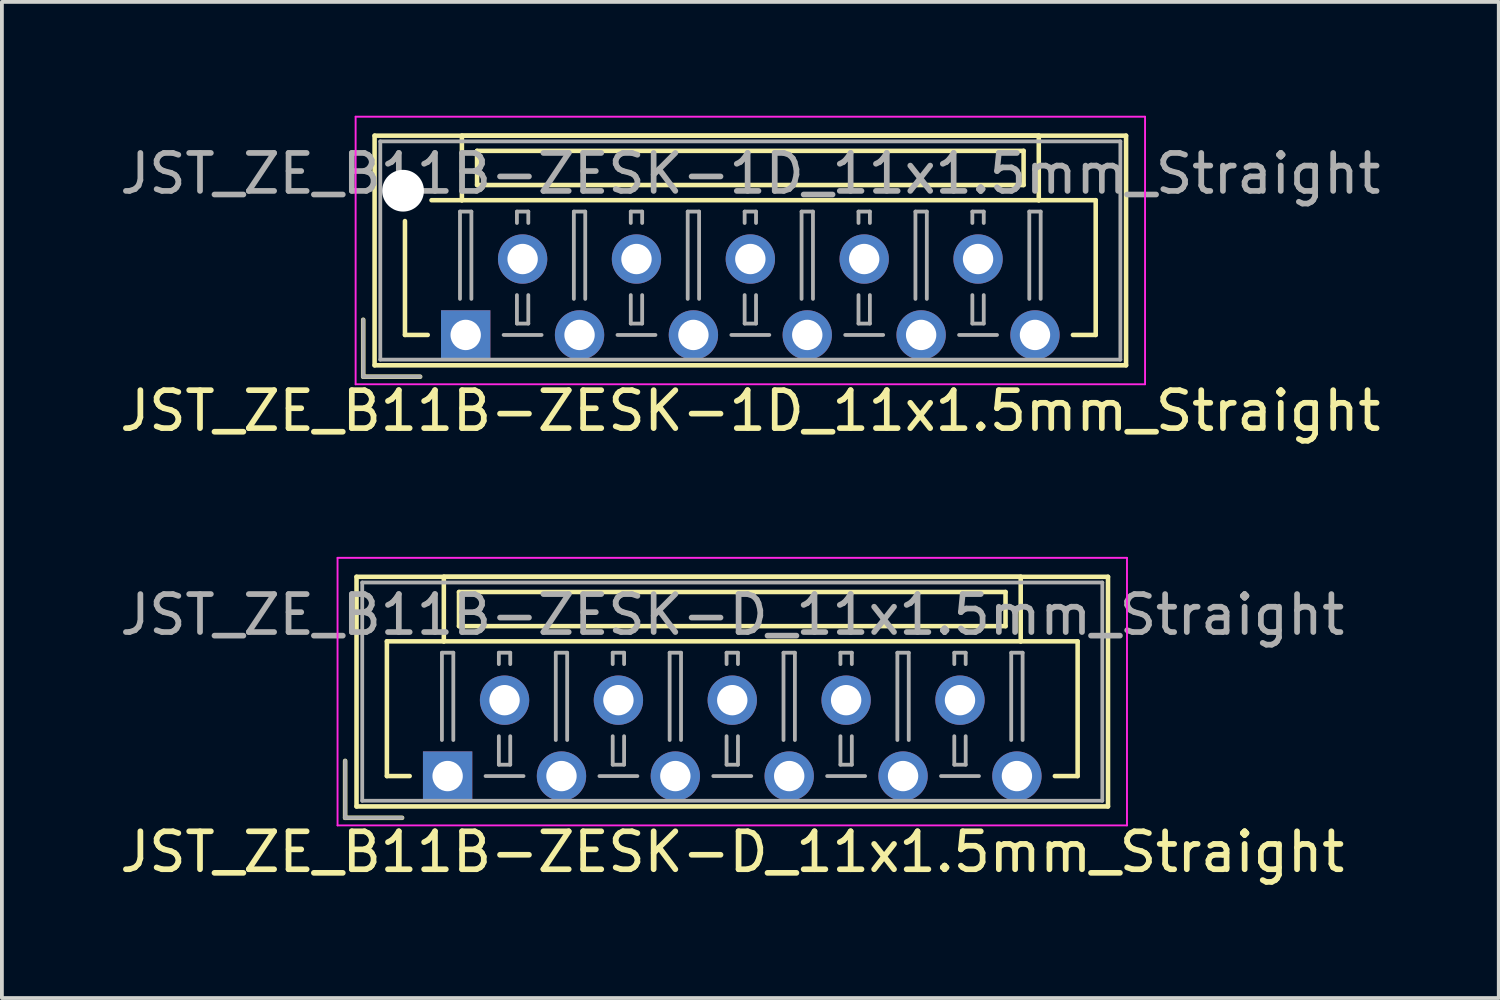
<source format=kicad_pcb>
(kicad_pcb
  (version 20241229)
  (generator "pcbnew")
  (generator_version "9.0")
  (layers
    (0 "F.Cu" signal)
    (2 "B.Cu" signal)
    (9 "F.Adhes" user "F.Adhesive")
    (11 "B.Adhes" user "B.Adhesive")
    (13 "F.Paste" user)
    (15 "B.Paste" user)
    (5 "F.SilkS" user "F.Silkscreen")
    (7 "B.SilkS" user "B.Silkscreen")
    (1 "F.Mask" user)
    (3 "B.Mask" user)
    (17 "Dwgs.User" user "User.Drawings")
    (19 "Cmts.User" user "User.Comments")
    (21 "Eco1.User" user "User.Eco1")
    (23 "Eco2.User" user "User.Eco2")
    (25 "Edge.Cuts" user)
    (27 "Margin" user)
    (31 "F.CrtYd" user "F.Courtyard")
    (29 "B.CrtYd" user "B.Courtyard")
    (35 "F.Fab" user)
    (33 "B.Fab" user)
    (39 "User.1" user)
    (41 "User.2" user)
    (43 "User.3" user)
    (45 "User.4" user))
  (footprint "JST_ZE_B11B-ZESK-D_11x1.5mm_Straight"
    (layer "F.Cu")
    (at 8.744 17.398)
    (property "Reference" "JST_ZE_B11B-ZESK-D_11x1.5mm_Straight" (at 7.5 2 0) (layer "F.SilkS") (effects (font (size 1 1) (thickness 0.15))))
    (attr through_hole)
    (fp_line (start -2.7 -0.4) (end -2.7 1.1) (stroke (width 0.12) (type solid)) (layer "F.SilkS"))
    (fp_line (start -2.7 1.1) (end -1.2 1.1) (stroke (width 0.12) (type solid)) (layer "F.SilkS"))
    (fp_line (start -2.4 -5.25) (end -2.4 0.8) (stroke (width 0.12) (type solid)) (layer "F.SilkS"))
    (fp_line (start -2.4 0.8) (end 17.4 0.8) (stroke (width 0.12) (type solid)) (layer "F.SilkS"))
    (fp_line (start -1.6 -3.55) (end -1.6 0) (stroke (width 0.12) (type solid)) (layer "F.SilkS"))
    (fp_line (start -1.6 0) (end -1 0) (stroke (width 0.12) (type solid)) (layer "F.SilkS"))
    (fp_line (start -0.1 -5.25) (end -0.1 -3.55) (stroke (width 0.12) (type solid)) (layer "F.SilkS"))
    (fp_line (start -0.1 -3.55) (end -1.6 -3.55) (stroke (width 0.12) (type solid)) (layer "F.SilkS"))
    (fp_line (start -0.1 -3.55) (end 15.1 -3.55) (stroke (width 0.12) (type solid)) (layer "F.SilkS"))
    (fp_line (start 0.3 -4.85) (end 0.3 -3.95) (stroke (width 0.12) (type solid)) (layer "F.SilkS"))
    (fp_line (start 0.3 -3.95) (end 14.7 -3.95) (stroke (width 0.12) (type solid)) (layer "F.SilkS"))
    (fp_line (start 14.7 -4.85) (end 0.3 -4.85) (stroke (width 0.12) (type solid)) (layer "F.SilkS"))
    (fp_line (start 14.7 -3.95) (end 14.7 -4.85) (stroke (width 0.12) (type solid)) (layer "F.SilkS"))
    (fp_line (start 15.1 -5.25) (end -0.1 -5.25) (stroke (width 0.12) (type solid)) (layer "F.SilkS"))
    (fp_line (start 15.1 -3.55) (end 15.1 -5.25) (stroke (width 0.12) (type solid)) (layer "F.SilkS"))
    (fp_line (start 15.1 -3.55) (end 16.6 -3.55) (stroke (width 0.12) (type solid)) (layer "F.SilkS"))
    (fp_line (start 16.6 -3.55) (end 16.6 0) (stroke (width 0.12) (type solid)) (layer "F.SilkS"))
    (fp_line (start 16.6 0) (end 16 0) (stroke (width 0.12) (type solid)) (layer "F.SilkS"))
    (fp_line (start 17.4 -5.25) (end -2.4 -5.25) (stroke (width 0.12) (type solid)) (layer "F.SilkS"))
    (fp_line (start 17.4 0.8) (end 17.4 -5.25) (stroke (width 0.12) (type solid)) (layer "F.SilkS"))
    (fp_line (start -2.9 -5.75) (end -2.9 1.3) (stroke (width 0.05) (type solid)) (layer "F.CrtYd"))
    (fp_line (start -2.9 1.3) (end 17.9 1.3) (stroke (width 0.05) (type solid)) (layer "F.CrtYd"))
    (fp_line (start 17.9 -5.75) (end -2.9 -5.75) (stroke (width 0.05) (type solid)) (layer "F.CrtYd"))
    (fp_line (start 17.9 1.3) (end 17.9 -5.75) (stroke (width 0.05) (type solid)) (layer "F.CrtYd"))
    (fp_line (start -2.7 -0.4) (end -2.7 1.1) (stroke (width 0.1) (type solid)) (layer "F.Fab"))
    (fp_line (start -2.7 1.1) (end -1.2 1.1) (stroke (width 0.1) (type solid)) (layer "F.Fab"))
    (fp_line (start -2.25 -5.1) (end -2.25 0.65) (stroke (width 0.1) (type solid)) (layer "F.Fab"))
    (fp_line (start -2.25 0.65) (end 17.25 0.65) (stroke (width 0.1) (type solid)) (layer "F.Fab"))
    (fp_line (start -0.15 -3.25) (end 0.15 -3.25) (stroke (width 0.1) (type solid)) (layer "F.Fab"))
    (fp_line (start -0.15 -0.95) (end -0.15 -3.25) (stroke (width 0.1) (type solid)) (layer "F.Fab"))
    (fp_line (start 0.15 -3.25) (end 0.15 -0.95) (stroke (width 0.1) (type solid)) (layer "F.Fab"))
    (fp_line (start 1 0) (end 2 0) (stroke (width 0.1) (type solid)) (layer "F.Fab"))
    (fp_line (start 1.35 -3.25) (end 1.65 -3.25) (stroke (width 0.1) (type solid)) (layer "F.Fab"))
    (fp_line (start 1.35 -2.95) (end 1.35 -3.25) (stroke (width 0.1) (type solid)) (layer "F.Fab"))
    (fp_line (start 1.35 -1.05) (end 1.35 -0.3) (stroke (width 0.1) (type solid)) (layer "F.Fab"))
    (fp_line (start 1.35 -0.3) (end 1.65 -0.3) (stroke (width 0.1) (type solid)) (layer "F.Fab"))
    (fp_line (start 1.65 -3.25) (end 1.65 -2.95) (stroke (width 0.1) (type solid)) (layer "F.Fab"))
    (fp_line (start 1.65 -0.3) (end 1.65 -1.05) (stroke (width 0.1) (type solid)) (layer "F.Fab"))
    (fp_line (start 2.85 -3.25) (end 3.15 -3.25) (stroke (width 0.1) (type solid)) (layer "F.Fab"))
    (fp_line (start 2.85 -0.95) (end 2.85 -3.25) (stroke (width 0.1) (type solid)) (layer "F.Fab"))
    (fp_line (start 3.15 -3.25) (end 3.15 -0.95) (stroke (width 0.1) (type solid)) (layer "F.Fab"))
    (fp_line (start 4 0) (end 5 0) (stroke (width 0.1) (type solid)) (layer "F.Fab"))
    (fp_line (start 4.35 -3.25) (end 4.65 -3.25) (stroke (width 0.1) (type solid)) (layer "F.Fab"))
    (fp_line (start 4.35 -2.95) (end 4.35 -3.25) (stroke (width 0.1) (type solid)) (layer "F.Fab"))
    (fp_line (start 4.35 -1.05) (end 4.35 -0.3) (stroke (width 0.1) (type solid)) (layer "F.Fab"))
    (fp_line (start 4.35 -0.3) (end 4.65 -0.3) (stroke (width 0.1) (type solid)) (layer "F.Fab"))
    (fp_line (start 4.65 -3.25) (end 4.65 -2.95) (stroke (width 0.1) (type solid)) (layer "F.Fab"))
    (fp_line (start 4.65 -0.3) (end 4.65 -1.05) (stroke (width 0.1) (type solid)) (layer "F.Fab"))
    (fp_line (start 5.85 -3.25) (end 6.15 -3.25) (stroke (width 0.1) (type solid)) (layer "F.Fab"))
    (fp_line (start 5.85 -0.95) (end 5.85 -3.25) (stroke (width 0.1) (type solid)) (layer "F.Fab"))
    (fp_line (start 6.15 -3.25) (end 6.15 -0.95) (stroke (width 0.1) (type solid)) (layer "F.Fab"))
    (fp_line (start 7 0) (end 8 0) (stroke (width 0.1) (type solid)) (layer "F.Fab"))
    (fp_line (start 7.35 -3.25) (end 7.65 -3.25) (stroke (width 0.1) (type solid)) (layer "F.Fab"))
    (fp_line (start 7.35 -2.95) (end 7.35 -3.25) (stroke (width 0.1) (type solid)) (layer "F.Fab"))
    (fp_line (start 7.35 -1.05) (end 7.35 -0.3) (stroke (width 0.1) (type solid)) (layer "F.Fab"))
    (fp_line (start 7.35 -0.3) (end 7.65 -0.3) (stroke (width 0.1) (type solid)) (layer "F.Fab"))
    (fp_line (start 7.65 -3.25) (end 7.65 -2.95) (stroke (width 0.1) (type solid)) (layer "F.Fab"))
    (fp_line (start 7.65 -0.3) (end 7.65 -1.05) (stroke (width 0.1) (type solid)) (layer "F.Fab"))
    (fp_line (start 8.85 -3.25) (end 9.15 -3.25) (stroke (width 0.1) (type solid)) (layer "F.Fab"))
    (fp_line (start 8.85 -0.95) (end 8.85 -3.25) (stroke (width 0.1) (type solid)) (layer "F.Fab"))
    (fp_line (start 9.15 -3.25) (end 9.15 -0.95) (stroke (width 0.1) (type solid)) (layer "F.Fab"))
    (fp_line (start 10 0) (end 11 0) (stroke (width 0.1) (type solid)) (layer "F.Fab"))
    (fp_line (start 10.35 -3.25) (end 10.65 -3.25) (stroke (width 0.1) (type solid)) (layer "F.Fab"))
    (fp_line (start 10.35 -2.95) (end 10.35 -3.25) (stroke (width 0.1) (type solid)) (layer "F.Fab"))
    (fp_line (start 10.35 -1.05) (end 10.35 -0.3) (stroke (width 0.1) (type solid)) (layer "F.Fab"))
    (fp_line (start 10.35 -0.3) (end 10.65 -0.3) (stroke (width 0.1) (type solid)) (layer "F.Fab"))
    (fp_line (start 10.65 -3.25) (end 10.65 -2.95) (stroke (width 0.1) (type solid)) (layer "F.Fab"))
    (fp_line (start 10.65 -0.3) (end 10.65 -1.05) (stroke (width 0.1) (type solid)) (layer "F.Fab"))
    (fp_line (start 11.85 -3.25) (end 12.15 -3.25) (stroke (width 0.1) (type solid)) (layer "F.Fab"))
    (fp_line (start 11.85 -0.95) (end 11.85 -3.25) (stroke (width 0.1) (type solid)) (layer "F.Fab"))
    (fp_line (start 12.15 -3.25) (end 12.15 -0.95) (stroke (width 0.1) (type solid)) (layer "F.Fab"))
    (fp_line (start 13 0) (end 14 0) (stroke (width 0.1) (type solid)) (layer "F.Fab"))
    (fp_line (start 13.35 -3.25) (end 13.65 -3.25) (stroke (width 0.1) (type solid)) (layer "F.Fab"))
    (fp_line (start 13.35 -2.95) (end 13.35 -3.25) (stroke (width 0.1) (type solid)) (layer "F.Fab"))
    (fp_line (start 13.35 -1.05) (end 13.35 -0.3) (stroke (width 0.1) (type solid)) (layer "F.Fab"))
    (fp_line (start 13.35 -0.3) (end 13.65 -0.3) (stroke (width 0.1) (type solid)) (layer "F.Fab"))
    (fp_line (start 13.65 -3.25) (end 13.65 -2.95) (stroke (width 0.1) (type solid)) (layer "F.Fab"))
    (fp_line (start 13.65 -0.3) (end 13.65 -1.05) (stroke (width 0.1) (type solid)) (layer "F.Fab"))
    (fp_line (start 14.85 -3.25) (end 15.15 -3.25) (stroke (width 0.1) (type solid)) (layer "F.Fab"))
    (fp_line (start 14.85 -0.95) (end 14.85 -3.25) (stroke (width 0.1) (type solid)) (layer "F.Fab"))
    (fp_line (start 15.15 -3.25) (end 15.15 -0.95) (stroke (width 0.1) (type solid)) (layer "F.Fab"))
    (fp_line (start 17.25 -5.1) (end -2.25 -5.1) (stroke (width 0.1) (type solid)) (layer "F.Fab"))
    (fp_line (start 17.25 0.65) (end 17.25 -5.1) (stroke (width 0.1) (type solid)) (layer "F.Fab"))
    (fp_text user "${REFERENCE}" (at 7.5 -4.25 0) (layer "F.Fab") (effects (font (size 1 1) (thickness 0.15))))
    (pad "1" thru_hole rect (at 0 0) (size 1.3 1.3) (drill 0.8) (layers "*.Cu" "*.Mask"))
    (pad "2" thru_hole circle (at 1.5 -2) (size 1.3 1.3) (drill 0.8) (layers "*.Cu" "*.Mask"))
    (pad "3" thru_hole circle (at 3 0) (size 1.3 1.3) (drill 0.8) (layers "*.Cu" "*.Mask"))
    (pad "4" thru_hole circle (at 4.5 -2) (size 1.3 1.3) (drill 0.8) (layers "*.Cu" "*.Mask"))
    (pad "5" thru_hole circle (at 6 0) (size 1.3 1.3) (drill 0.8) (layers "*.Cu" "*.Mask"))
    (pad "6" thru_hole circle (at 7.5 -2) (size 1.3 1.3) (drill 0.8) (layers "*.Cu" "*.Mask"))
    (pad "7" thru_hole circle (at 9 0) (size 1.3 1.3) (drill 0.8) (layers "*.Cu" "*.Mask"))
    (pad "8" thru_hole circle (at 10.5 -2) (size 1.3 1.3) (drill 0.8) (layers "*.Cu" "*.Mask"))
    (pad "9" thru_hole circle (at 12 0) (size 1.3 1.3) (drill 0.8) (layers "*.Cu" "*.Mask"))
    (pad "10" thru_hole circle (at 13.5 -2) (size 1.3 1.3) (drill 0.8) (layers "*.Cu" "*.Mask"))
    (pad "11" thru_hole circle (at 15 0) (size 1.3 1.3) (drill 0.8) (layers "*.Cu" "*.Mask")))
  (footprint "JST_ZE_B11B-ZESK-1D_11x1.5mm_Straight"
    (layer "F.Cu")
    (at 9.22 5.775)
    (property "Reference" "JST_ZE_B11B-ZESK-1D_11x1.5mm_Straight" (at 7.5 2 0) (layer "F.SilkS") (effects (font (size 1 1) (thickness 0.15))))
    (attr through_hole)
    (fp_line (start -2.7 -0.4) (end -2.7 1.1) (stroke (width 0.12) (type solid)) (layer "F.SilkS"))
    (fp_line (start -2.7 1.1) (end -1.2 1.1) (stroke (width 0.12) (type solid)) (layer "F.SilkS"))
    (fp_line (start -2.4 -5.25) (end -2.4 0.8) (stroke (width 0.12) (type solid)) (layer "F.SilkS"))
    (fp_line (start -2.4 0.8) (end 17.4 0.8) (stroke (width 0.12) (type solid)) (layer "F.SilkS"))
    (fp_line (start -1.6 -3) (end -1.6 0) (stroke (width 0.12) (type solid)) (layer "F.SilkS"))
    (fp_line (start -1.6 0) (end -1 0) (stroke (width 0.12) (type solid)) (layer "F.SilkS"))
    (fp_line (start -0.1 -5.25) (end -0.1 -3.55) (stroke (width 0.12) (type solid)) (layer "F.SilkS"))
    (fp_line (start -0.1 -3.55) (end -0.9 -3.55) (stroke (width 0.12) (type solid)) (layer "F.SilkS"))
    (fp_line (start -0.1 -3.55) (end 15.1 -3.55) (stroke (width 0.12) (type solid)) (layer "F.SilkS"))
    (fp_line (start 0.3 -4.85) (end 0.3 -3.95) (stroke (width 0.12) (type solid)) (layer "F.SilkS"))
    (fp_line (start 0.3 -3.95) (end 14.7 -3.95) (stroke (width 0.12) (type solid)) (layer "F.SilkS"))
    (fp_line (start 14.7 -4.85) (end 0.3 -4.85) (stroke (width 0.12) (type solid)) (layer "F.SilkS"))
    (fp_line (start 14.7 -3.95) (end 14.7 -4.85) (stroke (width 0.12) (type solid)) (layer "F.SilkS"))
    (fp_line (start 15.1 -5.25) (end -0.1 -5.25) (stroke (width 0.12) (type solid)) (layer "F.SilkS"))
    (fp_line (start 15.1 -3.55) (end 15.1 -5.25) (stroke (width 0.12) (type solid)) (layer "F.SilkS"))
    (fp_line (start 15.1 -3.55) (end 16.6 -3.55) (stroke (width 0.12) (type solid)) (layer "F.SilkS"))
    (fp_line (start 16.6 -3.55) (end 16.6 0) (stroke (width 0.12) (type solid)) (layer "F.SilkS"))
    (fp_line (start 16.6 0) (end 16 0) (stroke (width 0.12) (type solid)) (layer "F.SilkS"))
    (fp_line (start 17.4 -5.25) (end -2.4 -5.25) (stroke (width 0.12) (type solid)) (layer "F.SilkS"))
    (fp_line (start 17.4 0.8) (end 17.4 -5.25) (stroke (width 0.12) (type solid)) (layer "F.SilkS"))
    (fp_line (start -2.9 -5.75) (end -2.9 1.3) (stroke (width 0.05) (type solid)) (layer "F.CrtYd"))
    (fp_line (start -2.9 1.3) (end 17.9 1.3) (stroke (width 0.05) (type solid)) (layer "F.CrtYd"))
    (fp_line (start 17.9 -5.75) (end -2.9 -5.75) (stroke (width 0.05) (type solid)) (layer "F.CrtYd"))
    (fp_line (start 17.9 1.3) (end 17.9 -5.75) (stroke (width 0.05) (type solid)) (layer "F.CrtYd"))
    (fp_line (start -2.7 -0.4) (end -2.7 1.1) (stroke (width 0.1) (type solid)) (layer "F.Fab"))
    (fp_line (start -2.7 1.1) (end -1.2 1.1) (stroke (width 0.1) (type solid)) (layer "F.Fab"))
    (fp_line (start -2.25 -5.1) (end -2.25 0.65) (stroke (width 0.1) (type solid)) (layer "F.Fab"))
    (fp_line (start -2.25 0.65) (end 17.25 0.65) (stroke (width 0.1) (type solid)) (layer "F.Fab"))
    (fp_line (start -0.15 -3.25) (end 0.15 -3.25) (stroke (width 0.1) (type solid)) (layer "F.Fab"))
    (fp_line (start -0.15 -0.95) (end -0.15 -3.25) (stroke (width 0.1) (type solid)) (layer "F.Fab"))
    (fp_line (start 0.15 -3.25) (end 0.15 -0.95) (stroke (width 0.1) (type solid)) (layer "F.Fab"))
    (fp_line (start 1 0) (end 2 0) (stroke (width 0.1) (type solid)) (layer "F.Fab"))
    (fp_line (start 1.35 -3.25) (end 1.65 -3.25) (stroke (width 0.1) (type solid)) (layer "F.Fab"))
    (fp_line (start 1.35 -2.95) (end 1.35 -3.25) (stroke (width 0.1) (type solid)) (layer "F.Fab"))
    (fp_line (start 1.35 -1.05) (end 1.35 -0.3) (stroke (width 0.1) (type solid)) (layer "F.Fab"))
    (fp_line (start 1.35 -0.3) (end 1.65 -0.3) (stroke (width 0.1) (type solid)) (layer "F.Fab"))
    (fp_line (start 1.65 -3.25) (end 1.65 -2.95) (stroke (width 0.1) (type solid)) (layer "F.Fab"))
    (fp_line (start 1.65 -0.3) (end 1.65 -1.05) (stroke (width 0.1) (type solid)) (layer "F.Fab"))
    (fp_line (start 2.85 -3.25) (end 3.15 -3.25) (stroke (width 0.1) (type solid)) (layer "F.Fab"))
    (fp_line (start 2.85 -0.95) (end 2.85 -3.25) (stroke (width 0.1) (type solid)) (layer "F.Fab"))
    (fp_line (start 3.15 -3.25) (end 3.15 -0.95) (stroke (width 0.1) (type solid)) (layer "F.Fab"))
    (fp_line (start 4 0) (end 5 0) (stroke (width 0.1) (type solid)) (layer "F.Fab"))
    (fp_line (start 4.35 -3.25) (end 4.65 -3.25) (stroke (width 0.1) (type solid)) (layer "F.Fab"))
    (fp_line (start 4.35 -2.95) (end 4.35 -3.25) (stroke (width 0.1) (type solid)) (layer "F.Fab"))
    (fp_line (start 4.35 -1.05) (end 4.35 -0.3) (stroke (width 0.1) (type solid)) (layer "F.Fab"))
    (fp_line (start 4.35 -0.3) (end 4.65 -0.3) (stroke (width 0.1) (type solid)) (layer "F.Fab"))
    (fp_line (start 4.65 -3.25) (end 4.65 -2.95) (stroke (width 0.1) (type solid)) (layer "F.Fab"))
    (fp_line (start 4.65 -0.3) (end 4.65 -1.05) (stroke (width 0.1) (type solid)) (layer "F.Fab"))
    (fp_line (start 5.85 -3.25) (end 6.15 -3.25) (stroke (width 0.1) (type solid)) (layer "F.Fab"))
    (fp_line (start 5.85 -0.95) (end 5.85 -3.25) (stroke (width 0.1) (type solid)) (layer "F.Fab"))
    (fp_line (start 6.15 -3.25) (end 6.15 -0.95) (stroke (width 0.1) (type solid)) (layer "F.Fab"))
    (fp_line (start 7 0) (end 8 0) (stroke (width 0.1) (type solid)) (layer "F.Fab"))
    (fp_line (start 7.35 -3.25) (end 7.65 -3.25) (stroke (width 0.1) (type solid)) (layer "F.Fab"))
    (fp_line (start 7.35 -2.95) (end 7.35 -3.25) (stroke (width 0.1) (type solid)) (layer "F.Fab"))
    (fp_line (start 7.35 -1.05) (end 7.35 -0.3) (stroke (width 0.1) (type solid)) (layer "F.Fab"))
    (fp_line (start 7.35 -0.3) (end 7.65 -0.3) (stroke (width 0.1) (type solid)) (layer "F.Fab"))
    (fp_line (start 7.65 -3.25) (end 7.65 -2.95) (stroke (width 0.1) (type solid)) (layer "F.Fab"))
    (fp_line (start 7.65 -0.3) (end 7.65 -1.05) (stroke (width 0.1) (type solid)) (layer "F.Fab"))
    (fp_line (start 8.85 -3.25) (end 9.15 -3.25) (stroke (width 0.1) (type solid)) (layer "F.Fab"))
    (fp_line (start 8.85 -0.95) (end 8.85 -3.25) (stroke (width 0.1) (type solid)) (layer "F.Fab"))
    (fp_line (start 9.15 -3.25) (end 9.15 -0.95) (stroke (width 0.1) (type solid)) (layer "F.Fab"))
    (fp_line (start 10 0) (end 11 0) (stroke (width 0.1) (type solid)) (layer "F.Fab"))
    (fp_line (start 10.35 -3.25) (end 10.65 -3.25) (stroke (width 0.1) (type solid)) (layer "F.Fab"))
    (fp_line (start 10.35 -2.95) (end 10.35 -3.25) (stroke (width 0.1) (type solid)) (layer "F.Fab"))
    (fp_line (start 10.35 -1.05) (end 10.35 -0.3) (stroke (width 0.1) (type solid)) (layer "F.Fab"))
    (fp_line (start 10.35 -0.3) (end 10.65 -0.3) (stroke (width 0.1) (type solid)) (layer "F.Fab"))
    (fp_line (start 10.65 -3.25) (end 10.65 -2.95) (stroke (width 0.1) (type solid)) (layer "F.Fab"))
    (fp_line (start 10.65 -0.3) (end 10.65 -1.05) (stroke (width 0.1) (type solid)) (layer "F.Fab"))
    (fp_line (start 11.85 -3.25) (end 12.15 -3.25) (stroke (width 0.1) (type solid)) (layer "F.Fab"))
    (fp_line (start 11.85 -0.95) (end 11.85 -3.25) (stroke (width 0.1) (type solid)) (layer "F.Fab"))
    (fp_line (start 12.15 -3.25) (end 12.15 -0.95) (stroke (width 0.1) (type solid)) (layer "F.Fab"))
    (fp_line (start 13 0) (end 14 0) (stroke (width 0.1) (type solid)) (layer "F.Fab"))
    (fp_line (start 13.35 -3.25) (end 13.65 -3.25) (stroke (width 0.1) (type solid)) (layer "F.Fab"))
    (fp_line (start 13.35 -2.95) (end 13.35 -3.25) (stroke (width 0.1) (type solid)) (layer "F.Fab"))
    (fp_line (start 13.35 -1.05) (end 13.35 -0.3) (stroke (width 0.1) (type solid)) (layer "F.Fab"))
    (fp_line (start 13.35 -0.3) (end 13.65 -0.3) (stroke (width 0.1) (type solid)) (layer "F.Fab"))
    (fp_line (start 13.65 -3.25) (end 13.65 -2.95) (stroke (width 0.1) (type solid)) (layer "F.Fab"))
    (fp_line (start 13.65 -0.3) (end 13.65 -1.05) (stroke (width 0.1) (type solid)) (layer "F.Fab"))
    (fp_line (start 14.85 -3.25) (end 15.15 -3.25) (stroke (width 0.1) (type solid)) (layer "F.Fab"))
    (fp_line (start 14.85 -0.95) (end 14.85 -3.25) (stroke (width 0.1) (type solid)) (layer "F.Fab"))
    (fp_line (start 15.15 -3.25) (end 15.15 -0.95) (stroke (width 0.1) (type solid)) (layer "F.Fab"))
    (fp_line (start 17.25 -5.1) (end -2.25 -5.1) (stroke (width 0.1) (type solid)) (layer "F.Fab"))
    (fp_line (start 17.25 0.65) (end 17.25 -5.1) (stroke (width 0.1) (type solid)) (layer "F.Fab"))
    (fp_text user "${REFERENCE}" (at 7.5 -4.25 0) (layer "F.Fab") (effects (font (size 1 1) (thickness 0.15))))
    (pad "" np_thru_hole circle (at -1.65 -3.8) (size 1.1 1.1) (drill 1.1) (layers "*.Cu"))
    (pad "1" thru_hole rect (at 0 0) (size 1.3 1.3) (drill 0.8) (layers "*.Cu" "*.Mask"))
    (pad "2" thru_hole circle (at 1.5 -2) (size 1.3 1.3) (drill 0.8) (layers "*.Cu" "*.Mask"))
    (pad "3" thru_hole circle (at 3 0) (size 1.3 1.3) (drill 0.8) (layers "*.Cu" "*.Mask"))
    (pad "4" thru_hole circle (at 4.5 -2) (size 1.3 1.3) (drill 0.8) (layers "*.Cu" "*.Mask"))
    (pad "5" thru_hole circle (at 6 0) (size 1.3 1.3) (drill 0.8) (layers "*.Cu" "*.Mask"))
    (pad "6" thru_hole circle (at 7.5 -2) (size 1.3 1.3) (drill 0.8) (layers "*.Cu" "*.Mask"))
    (pad "7" thru_hole circle (at 9 0) (size 1.3 1.3) (drill 0.8) (layers "*.Cu" "*.Mask"))
    (pad "8" thru_hole circle (at 10.5 -2) (size 1.3 1.3) (drill 0.8) (layers "*.Cu" "*.Mask"))
    (pad "9" thru_hole circle (at 12 0) (size 1.3 1.3) (drill 0.8) (layers "*.Cu" "*.Mask"))
    (pad "10" thru_hole circle (at 13.5 -2) (size 1.3 1.3) (drill 0.8) (layers "*.Cu" "*.Mask"))
    (pad "11" thru_hole circle (at 15 0) (size 1.3 1.3) (drill 0.8) (layers "*.Cu" "*.Mask")))
  (gr_rect
    (start -3 -3)
    (end 36.44 23.247)
    (stroke (width 0.1) (type default))
    (fill no)
    (layer "Edge.Cuts")))
</source>
